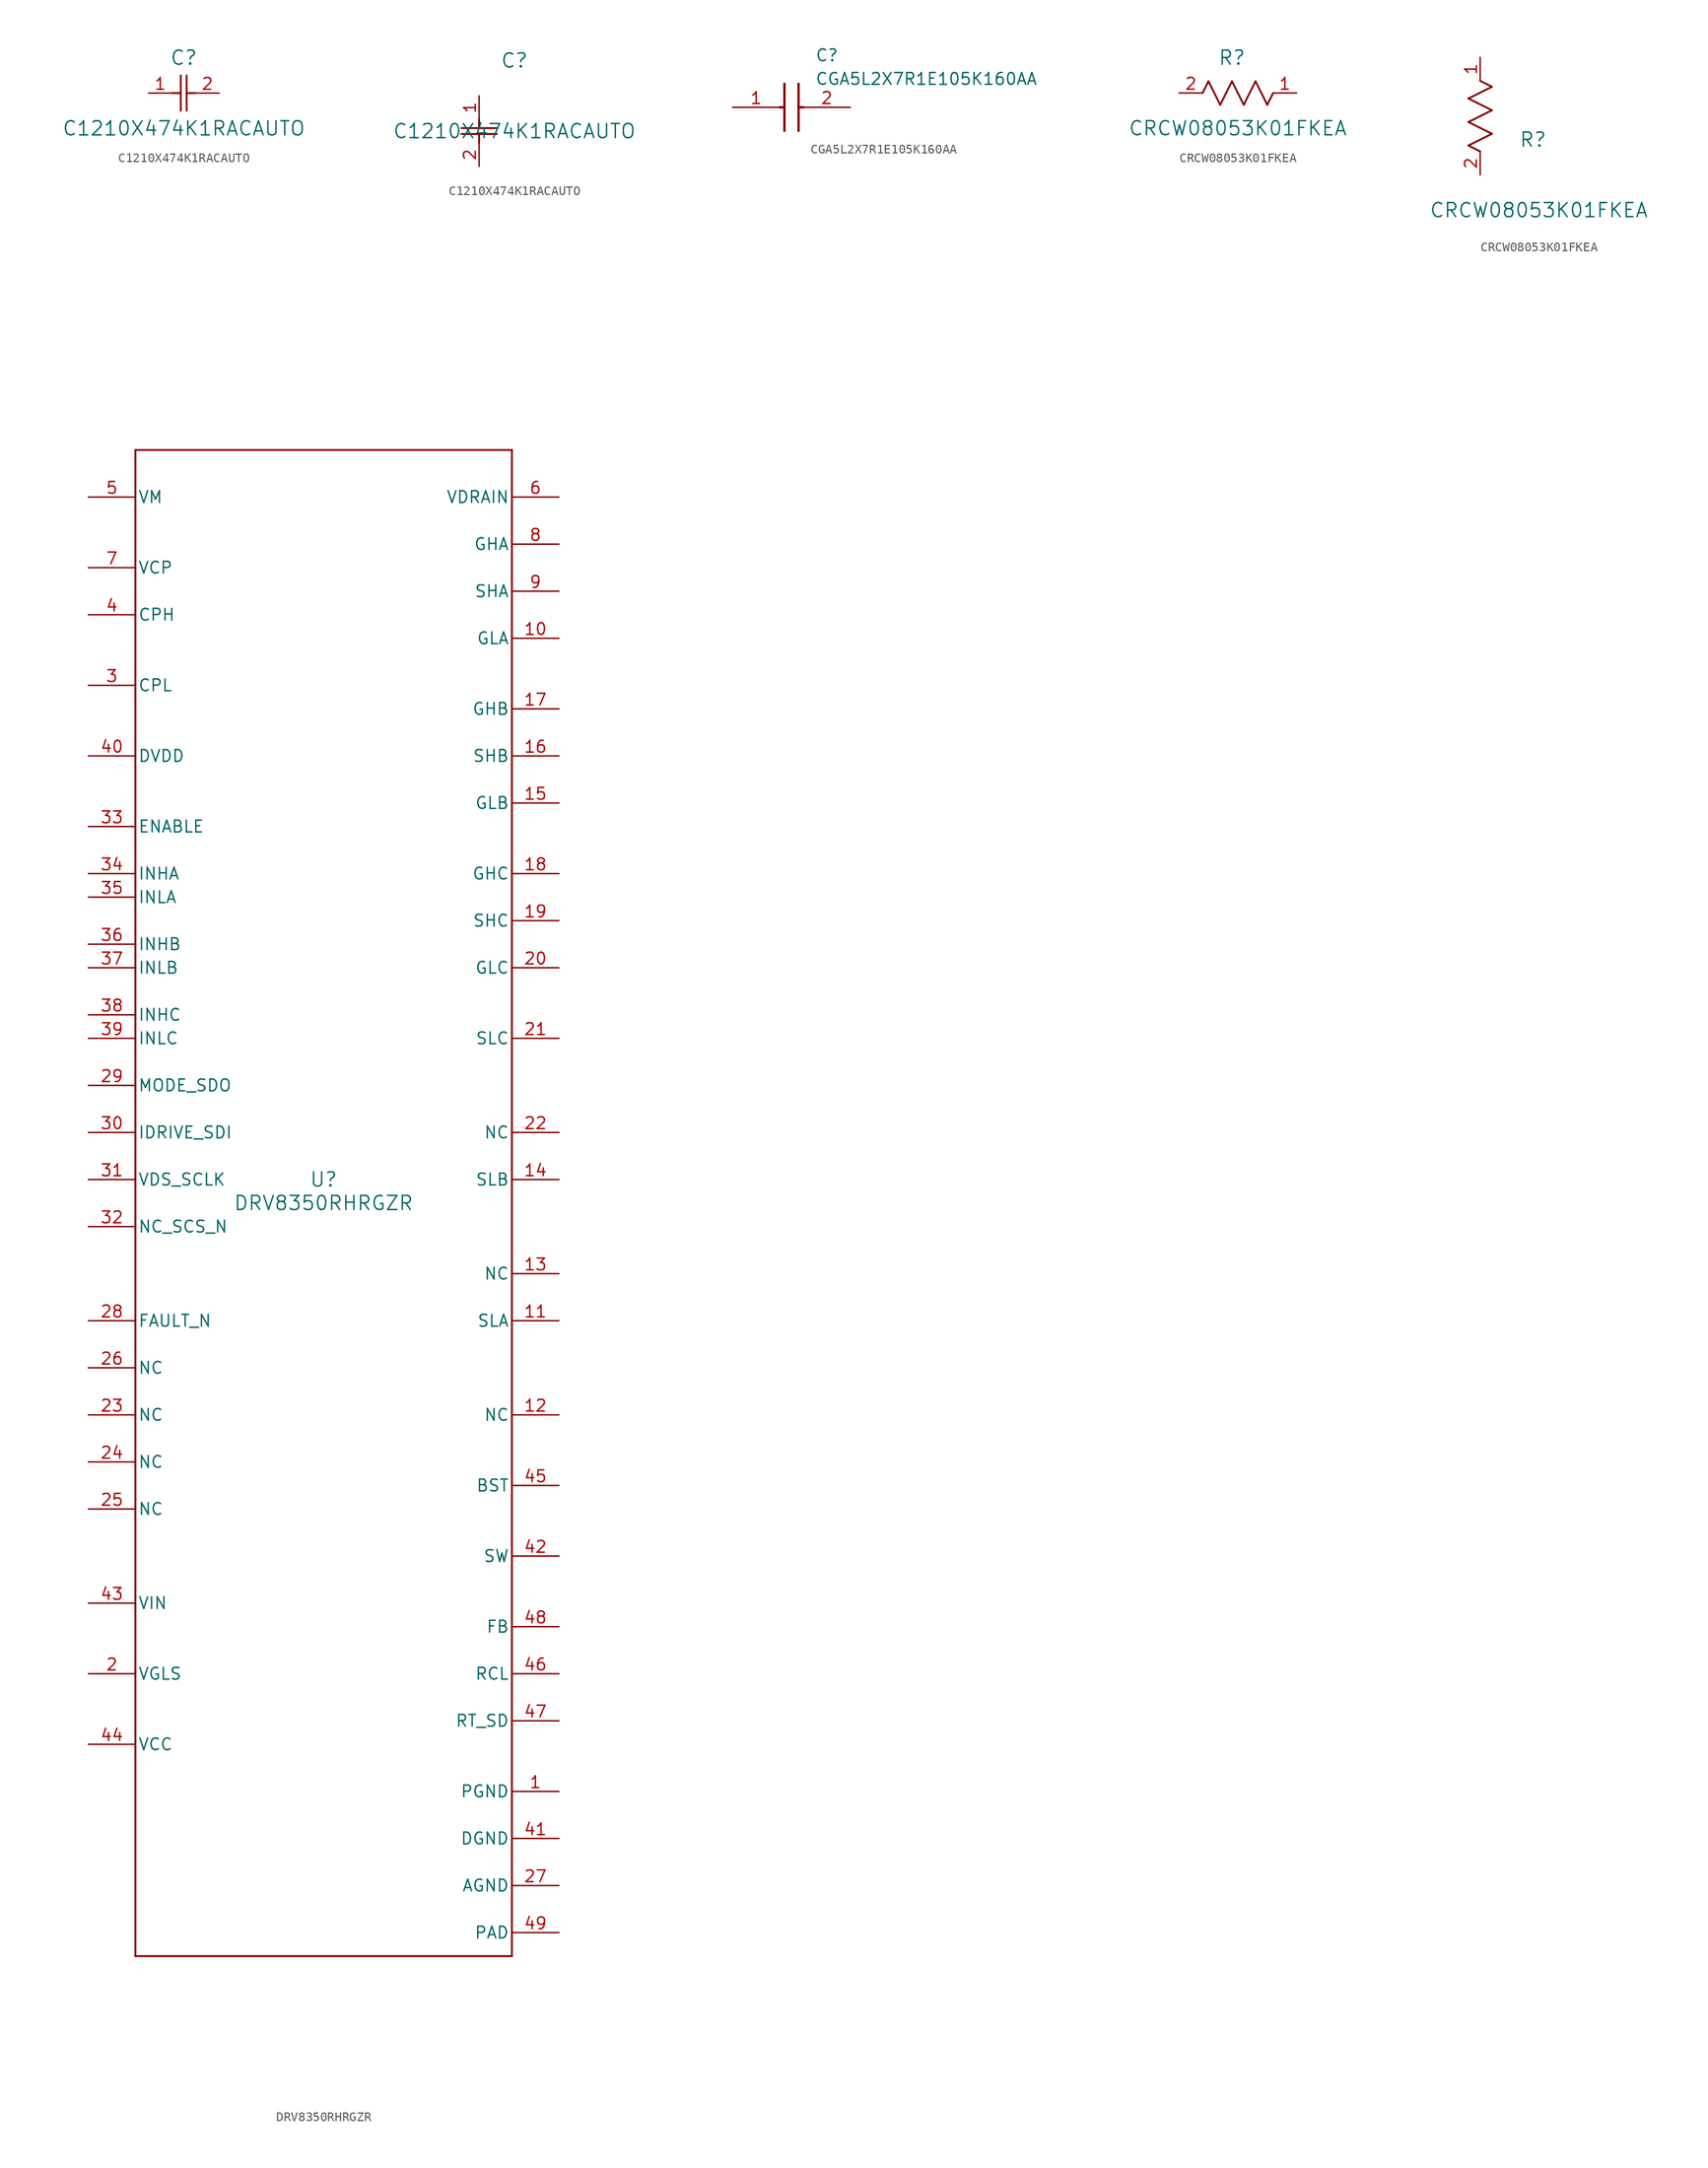
<source format=kicad_sym>
(kicad_symbol_lib
  (version 20241209)
  (generator "kicad_symbol_editor")
  (generator_version "9.0")
  (symbol "C1210X474K1RACAUTO"
    (pin_names
      (offset 0.254))
    (property "Reference" "C"
      (at 3.81 3.81 0)
      (effects (font (size 1.524 1.524))))
    (property "Value" "C1210X474K1RACAUTO"
      (at 3.81 -3.81 0)
      (effects (font (size 1.524 1.524))))
    (property "ki_locked" ""
      (at 0 0 0)
      (effects (font (size 1.27 1.27))))
    (symbol "C1210X474K1RACAUTO_1_1"
      (polyline (pts (xy 2.54 0) (xy 3.48 0)) (stroke (width 0.203) (type default)) (fill (type none)))
      (polyline (pts (xy 3.48 -1.905) (xy 3.48 1.905)) (stroke (width 0.203) (type default)) (fill (type none)))
      (polyline (pts (xy 4.115 0) (xy 5.08 0)) (stroke (width 0.203) (type default)) (fill (type none)))
      (polyline (pts (xy 4.115 -1.905) (xy 4.115 1.905)) (stroke (width 0.203) (type default)) (fill (type none)))
      (pin unspecified line (at 0 0 0) (length 2.54) (name "" (effects (font (size 1.27 1.27)))) (number "1" (effects (font (size 1.27 1.27)))))
      (pin unspecified line (at 7.62 0 180) (length 2.54) (name "" (effects (font (size 1.27 1.27)))) (number "2" (effects (font (size 1.27 1.27))))))
    (symbol "C1210X474K1RACAUTO_1_2"
      (polyline (pts (xy -1.905 -3.48) (xy 1.905 -3.48)) (stroke (width 0.203) (type default)) (fill (type none)))
      (polyline (pts (xy -1.905 -4.115) (xy 1.905 -4.115)) (stroke (width 0.203) (type default)) (fill (type none)))
      (polyline (pts (xy 0 -2.54) (xy 0 -3.48)) (stroke (width 0.203) (type default)) (fill (type none)))
      (polyline (pts (xy 0 -4.115) (xy 0 -5.08)) (stroke (width 0.203) (type default)) (fill (type none)))
      (pin unspecified line (at 0 0 270) (length 2.54) (name "" (effects (font (size 1.27 1.27)))) (number "1" (effects (font (size 1.27 1.27)))))
      (pin unspecified line (at 0 -7.62 90) (length 2.54) (name "" (effects (font (size 1.27 1.27)))) (number "2" (effects (font (size 1.27 1.27)))))))
  (symbol "CGA5L2X7R1E105K160AA"
    (pin_names
      (hide yes))
    (property "Reference" "C"
      (at 8.89 6.35 0)
      (effects (font (size 1.27 1.27)) (justify left top)))
    (property "Value" "CGA5L2X7R1E105K160AA"
      (at 8.89 3.81 0)
      (effects (font (size 1.27 1.27)) (justify left top)))
    (symbol "CGA5L2X7R1E105K160AA_1_1"
      (polyline (pts (xy 5.08 0) (xy 5.588 0)) (stroke (width 0.254) (type default)) (fill (type none)))
      (polyline (pts (xy 5.588 2.54) (xy 5.588 -2.54)) (stroke (width 0.254) (type default)) (fill (type none)))
      (polyline (pts (xy 7.112 2.54) (xy 7.112 -2.54)) (stroke (width 0.254) (type default)) (fill (type none)))
      (polyline (pts (xy 7.112 0) (xy 7.62 0)) (stroke (width 0.254) (type default)) (fill (type none)))
      (pin passive line (at 0 0 0) (length 5.08) (name "1" (effects (font (size 1.27 1.27)))) (number "1" (effects (font (size 1.27 1.27)))))
      (pin passive line (at 12.7 0 180) (length 5.08) (name "2" (effects (font (size 1.27 1.27)))) (number "2" (effects (font (size 1.27 1.27)))))))
  (symbol "CRCW08053K01FKEA"
    (pin_names
      (offset 0.254))
    (property "Reference" "R"
      (at 5.715 3.81 0)
      (effects (font (size 1.524 1.524))))
    (property "Value" "CRCW08053K01FKEA"
      (at 6.35 -3.81 0)
      (effects (font (size 1.524 1.524))))
    (property "ki_locked" ""
      (at 0 0 0)
      (effects (font (size 1.27 1.27))))
    (symbol "CRCW08053K01FKEA_1_1"
      (polyline (pts (xy 2.54 0) (xy 3.175 1.27)) (stroke (width 0.203) (type default)) (fill (type none)))
      (polyline (pts (xy 3.175 1.27) (xy 4.445 -1.27)) (stroke (width 0.203) (type default)) (fill (type none)))
      (polyline (pts (xy 4.445 -1.27) (xy 5.715 1.27)) (stroke (width 0.203) (type default)) (fill (type none)))
      (polyline (pts (xy 5.715 1.27) (xy 6.985 -1.27)) (stroke (width 0.203) (type default)) (fill (type none)))
      (polyline (pts (xy 6.985 -1.27) (xy 8.255 1.27)) (stroke (width 0.203) (type default)) (fill (type none)))
      (polyline (pts (xy 8.255 1.27) (xy 9.525 -1.27)) (stroke (width 0.203) (type default)) (fill (type none)))
      (polyline (pts (xy 9.525 -1.27) (xy 10.16 0)) (stroke (width 0.203) (type default)) (fill (type none)))
      (pin unspecified line (at 0 0 0) (length 2.54) (name "" (effects (font (size 1.27 1.27)))) (number "2" (effects (font (size 1.27 1.27)))))
      (pin unspecified line (at 12.7 0 180) (length 2.54) (name "" (effects (font (size 1.27 1.27)))) (number "1" (effects (font (size 1.27 1.27))))))
    (symbol "CRCW08053K01FKEA_1_2"
      (polyline (pts (xy -1.27 8.255) (xy 1.27 9.525)) (stroke (width 0.203) (type default)) (fill (type none)))
      (polyline (pts (xy -1.27 5.715) (xy 1.27 6.985)) (stroke (width 0.203) (type default)) (fill (type none)))
      (polyline (pts (xy -1.27 3.175) (xy 1.27 4.445)) (stroke (width 0.203) (type default)) (fill (type none)))
      (polyline (pts (xy 0 2.54) (xy -1.27 3.175)) (stroke (width 0.203) (type default)) (fill (type none)))
      (polyline (pts (xy 1.27 9.525) (xy 0 10.16)) (stroke (width 0.203) (type default)) (fill (type none)))
      (polyline (pts (xy 1.27 6.985) (xy -1.27 8.255)) (stroke (width 0.203) (type default)) (fill (type none)))
      (polyline (pts (xy 1.27 4.445) (xy -1.27 5.715)) (stroke (width 0.203) (type default)) (fill (type none)))
      (pin unspecified line (at 0 12.7 270) (length 2.54) (name "" (effects (font (size 1.27 1.27)))) (number "1" (effects (font (size 1.27 1.27)))))
      (pin unspecified line (at 0 0 90) (length 2.54) (name "" (effects (font (size 1.27 1.27)))) (number "2" (effects (font (size 1.27 1.27)))))))
  (symbol "DRV8350RHRGZR"
    (pin_names
      (offset 0.254))
    (property "Reference" "U"
      (at 0 2.54 0)
      (effects (font (size 1.524 1.524))))
    (property "Value" "DRV8350RHRGZR"
      (at 0 0 0)
      (effects (font (size 1.524 1.524))))
    (property "ki_locked" ""
      (at 0 0 0)
      (effects (font (size 1.27 1.27))))
    (symbol "DRV8350RHRGZR_0_1"
      (polyline (pts (xy -20.32 81.28) (xy -20.32 -81.28)) (stroke (width 0.203) (type default)) (fill (type none)))
      (polyline (pts (xy -20.32 -81.28) (xy 20.32 -81.28)) (stroke (width 0.203) (type default)) (fill (type none)))
      (polyline (pts (xy 20.32 81.28) (xy -20.32 81.28)) (stroke (width 0.203) (type default)) (fill (type none)))
      (polyline (pts (xy 20.32 -81.28) (xy 20.32 81.28)) (stroke (width 0.203) (type default)) (fill (type none)))
      (pin power_in line (at -25.4 76.2 0) (length 5.08) (name "VM" (effects (font (size 1.27 1.27)))) (number "5" (effects (font (size 1.27 1.27)))))
      (pin power_in line (at -25.4 68.58 0) (length 5.08) (name "VCP" (effects (font (size 1.27 1.27)))) (number "7" (effects (font (size 1.27 1.27)))))
      (pin power_in line (at -25.4 63.5 0) (length 5.08) (name "CPH" (effects (font (size 1.27 1.27)))) (number "4" (effects (font (size 1.27 1.27)))))
      (pin power_in line (at -25.4 55.88 0) (length 5.08) (name "CPL" (effects (font (size 1.27 1.27)))) (number "3" (effects (font (size 1.27 1.27)))))
      (pin power_in line (at -25.4 48.26 0) (length 5.08) (name "DVDD" (effects (font (size 1.27 1.27)))) (number "40" (effects (font (size 1.27 1.27)))))
      (pin input line (at -25.4 40.64 0) (length 5.08) (name "ENABLE" (effects (font (size 1.27 1.27)))) (number "33" (effects (font (size 1.27 1.27)))))
      (pin input line (at -25.4 35.56 0) (length 5.08) (name "INHA" (effects (font (size 1.27 1.27)))) (number "34" (effects (font (size 1.27 1.27)))))
      (pin input line (at -25.4 33.02 0) (length 5.08) (name "INLA" (effects (font (size 1.27 1.27)))) (number "35" (effects (font (size 1.27 1.27)))))
      (pin input line (at -25.4 27.94 0) (length 5.08) (name "INHB" (effects (font (size 1.27 1.27)))) (number "36" (effects (font (size 1.27 1.27)))))
      (pin input line (at -25.4 25.4 0) (length 5.08) (name "INLB" (effects (font (size 1.27 1.27)))) (number "37" (effects (font (size 1.27 1.27)))))
      (pin input line (at -25.4 20.32 0) (length 5.08) (name "INHC" (effects (font (size 1.27 1.27)))) (number "38" (effects (font (size 1.27 1.27)))))
      (pin input line (at -25.4 17.78 0) (length 5.08) (name "INLC" (effects (font (size 1.27 1.27)))) (number "39" (effects (font (size 1.27 1.27)))))
      (pin bidirectional line (at -25.4 12.7 0) (length 5.08) (name "MODE_SDO" (effects (font (size 1.27 1.27)))) (number "29" (effects (font (size 1.27 1.27)))))
      (pin input line (at -25.4 7.62 0) (length 5.08) (name "IDRIVE_SDI" (effects (font (size 1.27 1.27)))) (number "30" (effects (font (size 1.27 1.27)))))
      (pin input line (at -25.4 2.54 0) (length 5.08) (name "VDS_SCLK" (effects (font (size 1.27 1.27)))) (number "31" (effects (font (size 1.27 1.27)))))
      (pin input line (at -25.4 -2.54 0) (length 5.08) (name "NC_SCS_N" (effects (font (size 1.27 1.27)))) (number "32" (effects (font (size 1.27 1.27)))))
      (pin open_collector line (at -25.4 -12.7 0) (length 5.08) (name "FAULT_N" (effects (font (size 1.27 1.27)))) (number "28" (effects (font (size 1.27 1.27)))))
      (pin unspecified line (at -25.4 -17.78 0) (length 5.08) (name "NC" (effects (font (size 1.27 1.27)))) (number "26" (effects (font (size 1.27 1.27)))))
      (pin unspecified line (at -25.4 -22.86 0) (length 5.08) (name "NC" (effects (font (size 1.27 1.27)))) (number "23" (effects (font (size 1.27 1.27)))))
      (pin unspecified line (at -25.4 -27.94 0) (length 5.08) (name "NC" (effects (font (size 1.27 1.27)))) (number "24" (effects (font (size 1.27 1.27)))))
      (pin unspecified line (at -25.4 -33.02 0) (length 5.08) (name "NC" (effects (font (size 1.27 1.27)))) (number "25" (effects (font (size 1.27 1.27)))))
      (pin power_in line (at -25.4 -43.18 0) (length 5.08) (name "VIN" (effects (font (size 1.27 1.27)))) (number "43" (effects (font (size 1.27 1.27)))))
      (pin power_in line (at -25.4 -50.8 0) (length 5.08) (name "VGLS" (effects (font (size 1.27 1.27)))) (number "2" (effects (font (size 1.27 1.27)))))
      (pin power_in line (at -25.4 -58.42 0) (length 5.08) (name "VCC" (effects (font (size 1.27 1.27)))) (number "44" (effects (font (size 1.27 1.27)))))
      (pin input line (at 25.4 76.2 180) (length 5.08) (name "VDRAIN" (effects (font (size 1.27 1.27)))) (number "6" (effects (font (size 1.27 1.27)))))
      (pin output line (at 25.4 71.12 180) (length 5.08) (name "GHA" (effects (font (size 1.27 1.27)))) (number "8" (effects (font (size 1.27 1.27)))))
      (pin input line (at 25.4 66.04 180) (length 5.08) (name "SHA" (effects (font (size 1.27 1.27)))) (number "9" (effects (font (size 1.27 1.27)))))
      (pin output line (at 25.4 60.96 180) (length 5.08) (name "GLA" (effects (font (size 1.27 1.27)))) (number "10" (effects (font (size 1.27 1.27)))))
      (pin output line (at 25.4 53.34 180) (length 5.08) (name "GHB" (effects (font (size 1.27 1.27)))) (number "17" (effects (font (size 1.27 1.27)))))
      (pin input line (at 25.4 48.26 180) (length 5.08) (name "SHB" (effects (font (size 1.27 1.27)))) (number "16" (effects (font (size 1.27 1.27)))))
      (pin output line (at 25.4 43.18 180) (length 5.08) (name "GLB" (effects (font (size 1.27 1.27)))) (number "15" (effects (font (size 1.27 1.27)))))
      (pin output line (at 25.4 35.56 180) (length 5.08) (name "GHC" (effects (font (size 1.27 1.27)))) (number "18" (effects (font (size 1.27 1.27)))))
      (pin input line (at 25.4 30.48 180) (length 5.08) (name "SHC" (effects (font (size 1.27 1.27)))) (number "19" (effects (font (size 1.27 1.27)))))
      (pin output line (at 25.4 25.4 180) (length 5.08) (name "GLC" (effects (font (size 1.27 1.27)))) (number "20" (effects (font (size 1.27 1.27)))))
      (pin input line (at 25.4 17.78 180) (length 5.08) (name "SLC" (effects (font (size 1.27 1.27)))) (number "21" (effects (font (size 1.27 1.27)))))
      (pin unspecified line (at 25.4 7.62 180) (length 5.08) (name "NC" (effects (font (size 1.27 1.27)))) (number "22" (effects (font (size 1.27 1.27)))))
      (pin input line (at 25.4 2.54 180) (length 5.08) (name "SLB" (effects (font (size 1.27 1.27)))) (number "14" (effects (font (size 1.27 1.27)))))
      (pin unspecified line (at 25.4 -7.62 180) (length 5.08) (name "NC" (effects (font (size 1.27 1.27)))) (number "13" (effects (font (size 1.27 1.27)))))
      (pin input line (at 25.4 -12.7 180) (length 5.08) (name "SLA" (effects (font (size 1.27 1.27)))) (number "11" (effects (font (size 1.27 1.27)))))
      (pin unspecified line (at 25.4 -22.86 180) (length 5.08) (name "NC" (effects (font (size 1.27 1.27)))) (number "12" (effects (font (size 1.27 1.27)))))
      (pin power_in line (at 25.4 -30.48 180) (length 5.08) (name "BST" (effects (font (size 1.27 1.27)))) (number "45" (effects (font (size 1.27 1.27)))))
      (pin power_in line (at 25.4 -38.1 180) (length 5.08) (name "SW" (effects (font (size 1.27 1.27)))) (number "42" (effects (font (size 1.27 1.27)))))
      (pin input line (at 25.4 -45.72 180) (length 5.08) (name "FB" (effects (font (size 1.27 1.27)))) (number "48" (effects (font (size 1.27 1.27)))))
      (pin input line (at 25.4 -50.8 180) (length 5.08) (name "RCL" (effects (font (size 1.27 1.27)))) (number "46" (effects (font (size 1.27 1.27)))))
      (pin input line (at 25.4 -55.88 180) (length 5.08) (name "RT_SD" (effects (font (size 1.27 1.27)))) (number "47" (effects (font (size 1.27 1.27)))))
      (pin power_in line (at 25.4 -63.5 180) (length 5.08) (name "PGND" (effects (font (size 1.27 1.27)))) (number "1" (effects (font (size 1.27 1.27)))))
      (pin power_in line (at 25.4 -68.58 180) (length 5.08) (name "DGND" (effects (font (size 1.27 1.27)))) (number "41" (effects (font (size 1.27 1.27)))))
      (pin power_in line (at 25.4 -73.66 180) (length 5.08) (name "AGND" (effects (font (size 1.27 1.27)))) (number "27" (effects (font (size 1.27 1.27)))))
      (pin power_in line (at 25.4 -78.74 180) (length 5.08) (name "PAD" (effects (font (size 1.27 1.27)))) (number "49" (effects (font (size 1.27 1.27))))))))
</source>
